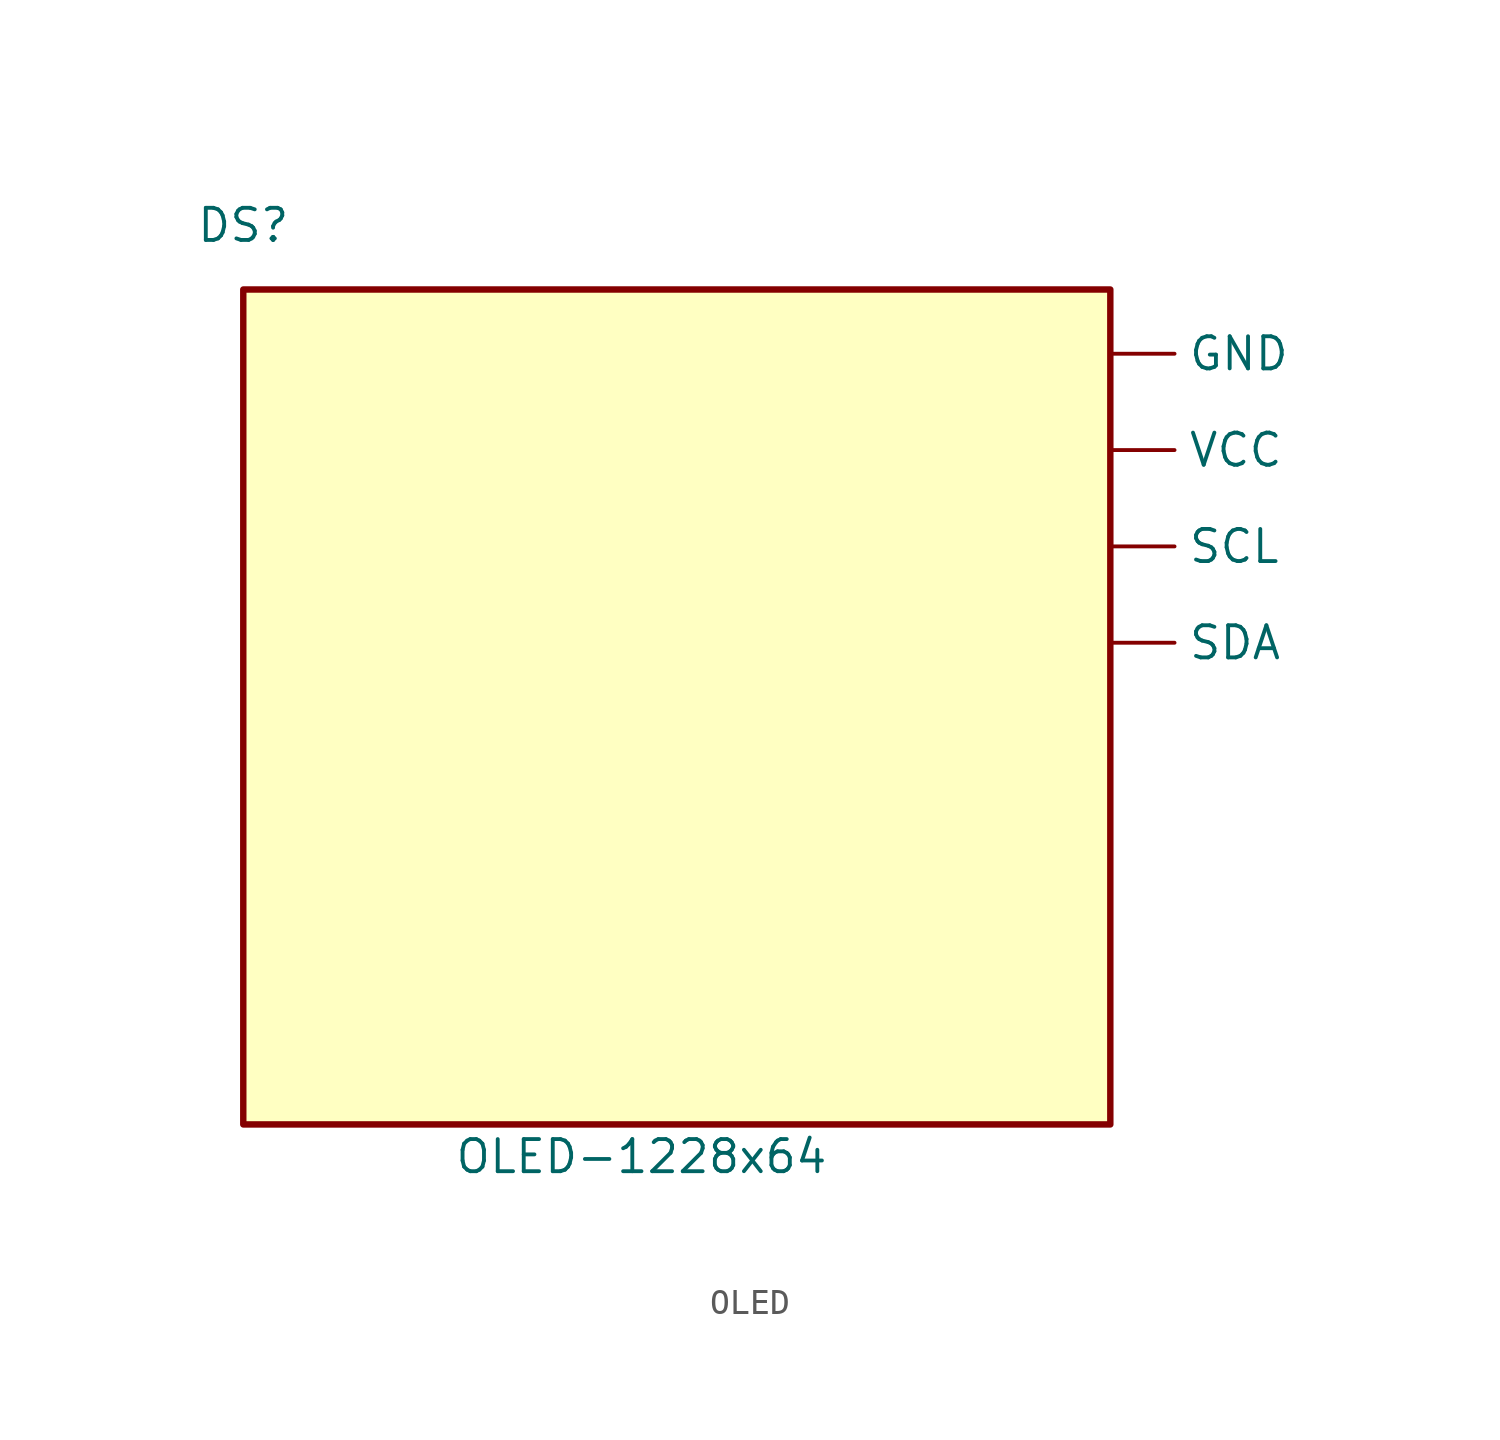
<source format=kicad_sym>
(kicad_symbol_lib
  (version 20241209)
  (generator "kicad_symbol_editor")
  (generator_version "9.0")
  (symbol "OLED"
    (property "Reference" "DS"
      (at -10.16 38.1 0)
      (effects (font (size 1.27 1.27))))
    (property "Value" "OLED-1228x64"
      (at 5.588 1.27 0)
      (effects (font (size 1.27 1.27))))
    (symbol "OLED_0_1"
      (rectangle (start -10.16 35.56) (end 24.13 2.54) (stroke (width 0.254) (type default)) (fill (type background))))
    (symbol "OLED_1_1"
      (pin no_connect line (at 10.16 2.54 180) (length 2.54) (hide yes) (name "NC" (effects (font (size 1.27 1.27)))) (number "7" (effects (font (size 1.27 1.27)))))
      (pin input line (at 24.13 33.02 0) (length 2.54) (name "GND" (effects (font (size 1.27 1.27)))) (number "" (effects (font (size 1.27 1.27)))))
      (pin input line (at 24.13 29.21 0) (length 2.54) (name "VCC" (effects (font (size 1.27 1.27)))) (number "" (effects (font (size 1.27 1.27)))))
      (pin bidirectional line (at 24.13 25.4 0) (length 2.54) (name "SCL" (effects (font (size 1.27 1.27)))) (number "" (effects (font (size 1.27 1.27)))))
      (pin bidirectional line (at 24.13 21.59 0) (length 2.54) (name "SDA" (effects (font (size 1.27 1.27)))) (number "" (effects (font (size 1.27 1.27))))))))
</source>
